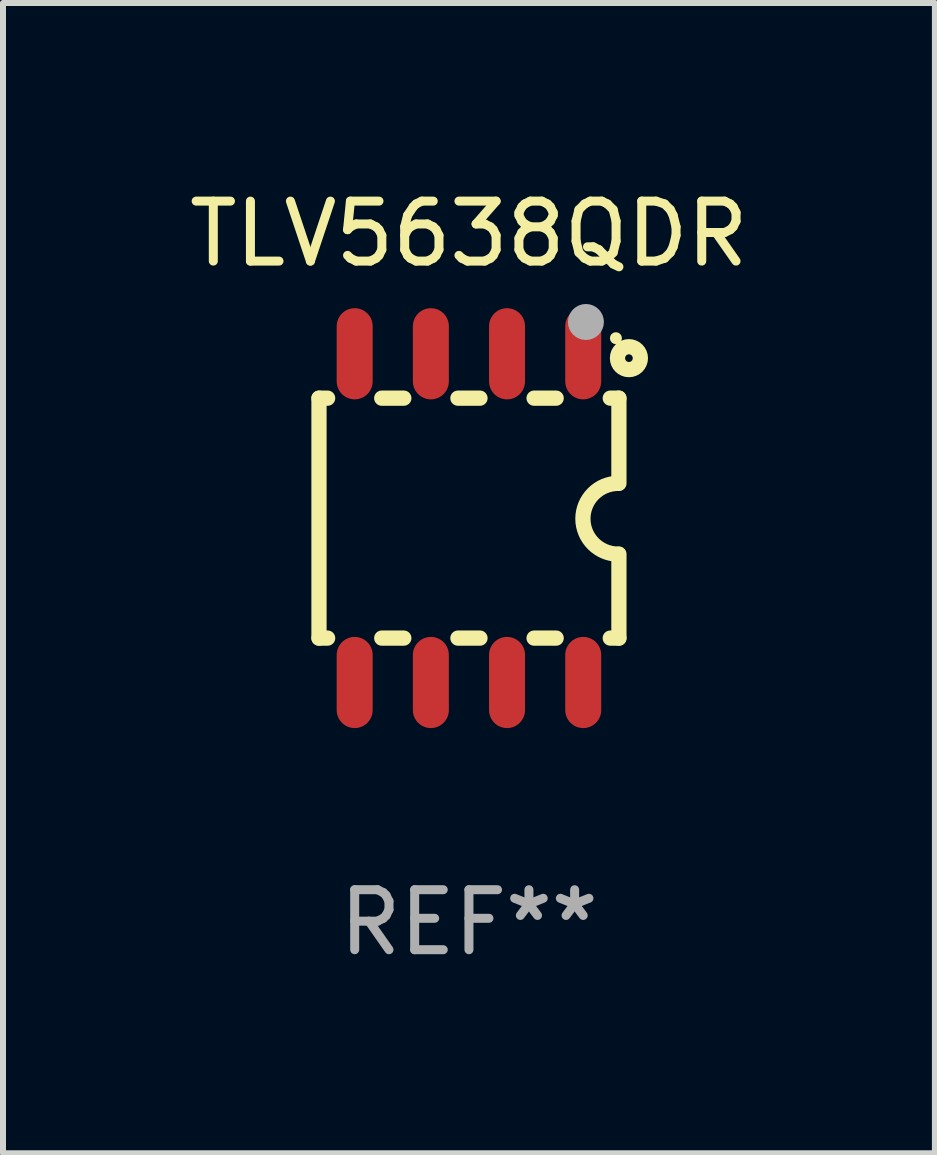
<source format=kicad_pcb>
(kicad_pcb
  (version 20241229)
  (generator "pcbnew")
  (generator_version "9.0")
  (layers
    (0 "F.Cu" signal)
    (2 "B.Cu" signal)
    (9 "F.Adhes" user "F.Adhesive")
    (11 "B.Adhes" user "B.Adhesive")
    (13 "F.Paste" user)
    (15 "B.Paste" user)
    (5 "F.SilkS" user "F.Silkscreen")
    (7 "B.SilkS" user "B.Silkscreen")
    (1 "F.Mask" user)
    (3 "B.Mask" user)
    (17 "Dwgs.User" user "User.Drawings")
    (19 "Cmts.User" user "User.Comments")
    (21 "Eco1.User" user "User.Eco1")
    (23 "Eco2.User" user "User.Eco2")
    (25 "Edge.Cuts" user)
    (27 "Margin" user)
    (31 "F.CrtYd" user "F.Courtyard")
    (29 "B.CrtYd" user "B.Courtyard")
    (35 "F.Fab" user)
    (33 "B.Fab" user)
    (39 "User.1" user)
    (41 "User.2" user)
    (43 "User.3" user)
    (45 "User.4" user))
  (footprint "TLV5638QDR"
    (layer "F.Cu")
    (at 4.768 5.588)
    (property "Reference" "TLV5638QDR" (at 0 -4.74 0) (layer "F.SilkS") (effects (font (size 1 1) (thickness 0.15))))
    (attr through_hole)
    (fp_line (start -2.5 2) (end -2.5 -2) (stroke (width 0.254) (type solid)) (layer "F.SilkS"))
    (fp_line (start -2.356 -2) (end -2.5 -2) (stroke (width 0.254) (type solid)) (layer "F.SilkS"))
    (fp_line (start -2.356 2) (end -2.5 2) (stroke (width 0.254) (type solid)) (layer "F.SilkS"))
    (fp_line (start -1.086 -2) (end -1.454 -2) (stroke (width 0.254) (type solid)) (layer "F.SilkS"))
    (fp_line (start -1.086 2) (end -1.454 2) (stroke (width 0.254) (type solid)) (layer "F.SilkS"))
    (fp_line (start 0.184 -2) (end -0.184 -2) (stroke (width 0.254) (type solid)) (layer "F.SilkS"))
    (fp_line (start 0.184 2) (end -0.184 2) (stroke (width 0.254) (type solid)) (layer "F.SilkS"))
    (fp_line (start 1.454 -2) (end 1.086 -2) (stroke (width 0.254) (type solid)) (layer "F.SilkS"))
    (fp_line (start 1.454 2) (end 1.086 2) (stroke (width 0.254) (type solid)) (layer "F.SilkS"))
    (fp_line (start 2.5 -2) (end 2.356 -2) (stroke (width 0.254) (type solid)) (layer "F.SilkS"))
    (fp_line (start 2.5 -0.58) (end 2.5 -2) (stroke (width 0.254) (type solid)) (layer "F.SilkS"))
    (fp_line (start 2.5 2) (end 2.356 2) (stroke (width 0.254) (type solid)) (layer "F.SilkS"))
    (fp_line (start 2.5 2) (end 2.5 0.6) (stroke (width 0.254) (type solid)) (layer "F.SilkS"))
    (fp_arc (start 2.489992 0.600051) (mid 1.901674 0.010046) (end 2.489992 -0.579959) (stroke (width 0.254001) (type solid)) (layer "F.SilkS"))
    (fp_circle (center 2.45 -3) (end 2.5 -3) (stroke (width 0.1) (type solid)) (fill no) (layer "F.SilkS"))
    (fp_circle (center 2.667 -2.667) (end 2.858 -2.667) (stroke (width 0.254) (type solid)) (fill no) (layer "F.SilkS"))
    (fp_circle (center 1.95 -3.27) (end 2.1 -3.27) (stroke (width 0.3) (type solid)) (fill no) (layer "F.Fab"))
    (fp_text user "REF**" (at 0 6.74 0) (layer "F.Fab") (effects (font (size 1 1) (thickness 0.15))))
    (pad "1" smd oval (at 1.905 -2.74) (size 0.6 1.52) (layers "F.Cu" "F.Mask" "F.Paste"))
    (pad "2" smd oval (at 0.635 -2.74) (size 0.6 1.52) (layers "F.Cu" "F.Mask" "F.Paste"))
    (pad "3" smd oval (at -0.635 -2.74) (size 0.6 1.52) (layers "F.Cu" "F.Mask" "F.Paste"))
    (pad "4" smd oval (at -1.905 -2.74) (size 0.6 1.52) (layers "F.Cu" "F.Mask" "F.Paste"))
    (pad "5" smd oval (at -1.905 2.74) (size 0.6 1.52) (layers "F.Cu" "F.Mask" "F.Paste"))
    (pad "6" smd oval (at -0.635 2.74) (size 0.6 1.52) (layers "F.Cu" "F.Mask" "F.Paste"))
    (pad "7" smd oval (at 0.635 2.74) (size 0.6 1.52) (layers "F.Cu" "F.Mask" "F.Paste"))
    (pad "8" smd oval (at 1.905 2.74) (size 0.6 1.52) (layers "F.Cu" "F.Mask" "F.Paste")))
  (gr_rect
    (start -3 -3)
    (end 12.536 16.176)
    (stroke (width 0.1) (type default))
    (fill no)
    (layer "Edge.Cuts")))
</source>
